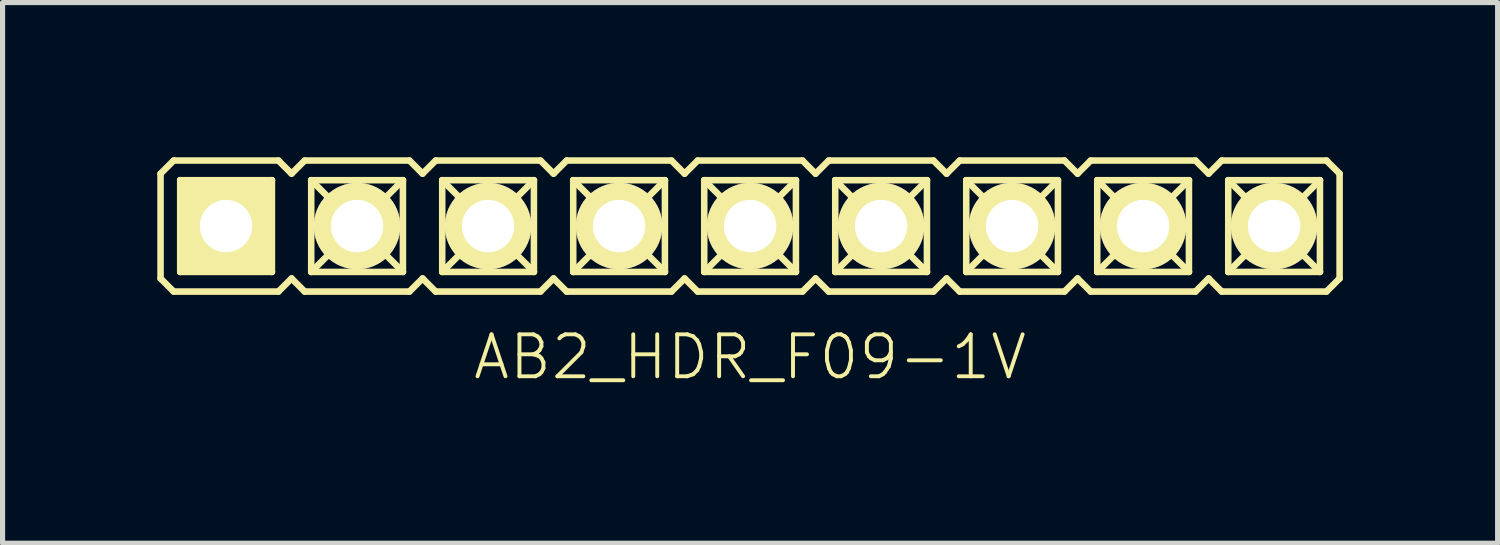
<source format=kicad_pcb>
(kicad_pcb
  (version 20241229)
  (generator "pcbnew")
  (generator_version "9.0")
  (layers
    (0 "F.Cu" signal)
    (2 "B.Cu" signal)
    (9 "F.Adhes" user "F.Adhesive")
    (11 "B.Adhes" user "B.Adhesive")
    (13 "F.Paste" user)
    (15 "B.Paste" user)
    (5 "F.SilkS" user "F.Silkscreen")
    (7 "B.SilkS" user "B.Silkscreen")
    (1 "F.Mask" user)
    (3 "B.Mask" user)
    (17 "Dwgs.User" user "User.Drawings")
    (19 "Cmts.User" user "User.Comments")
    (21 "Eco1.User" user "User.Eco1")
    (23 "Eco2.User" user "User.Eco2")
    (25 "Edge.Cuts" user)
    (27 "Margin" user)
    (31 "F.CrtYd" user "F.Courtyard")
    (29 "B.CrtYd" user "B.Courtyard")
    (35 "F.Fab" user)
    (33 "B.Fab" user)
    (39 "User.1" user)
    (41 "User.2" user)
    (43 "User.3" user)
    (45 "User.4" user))
  (footprint "AB2_HDR_F09-1V"
    (layer "F.Cu")
    (at 11.493 1.333)
    (property "Reference" "AB2_HDR_F09-1V" (at 0 2.54 0) (layer "F.SilkS") (effects (font (size 0.813 0.813) (thickness 0.076))))
    (attr through_hole)
    (fp_line (start -11.43 -1.016) (end -11.176 -1.27) (stroke (width 0.127) (type solid)) (layer "F.SilkS"))
    (fp_line (start -11.43 1.016) (end -11.43 -1.016) (stroke (width 0.127) (type solid)) (layer "F.SilkS"))
    (fp_line (start -11.176 -1.27) (end -9.144 -1.27) (stroke (width 0.127) (type solid)) (layer "F.SilkS"))
    (fp_line (start -11.176 1.27) (end -11.43 1.016) (stroke (width 0.127) (type solid)) (layer "F.SilkS"))
    (fp_line (start -11.049 -0.889) (end -9.271 -0.889) (stroke (width 0.127) (type solid)) (layer "F.SilkS"))
    (fp_line (start -11.049 0.889) (end -11.049 -0.889) (stroke (width 0.127) (type solid)) (layer "F.SilkS"))
    (fp_line (start -10.668 -0.508) (end -11.049 -0.889) (stroke (width 0.127) (type solid)) (layer "F.SilkS"))
    (fp_line (start -10.668 -0.508) (end -9.652 -0.508) (stroke (width 0.127) (type solid)) (layer "F.SilkS"))
    (fp_line (start -10.668 0.508) (end -11.049 0.889) (stroke (width 0.127) (type solid)) (layer "F.SilkS"))
    (fp_line (start -10.668 0.508) (end -10.668 -0.508) (stroke (width 0.127) (type solid)) (layer "F.SilkS"))
    (fp_line (start -9.652 -0.508) (end -9.652 0.508) (stroke (width 0.127) (type solid)) (layer "F.SilkS"))
    (fp_line (start -9.652 -0.508) (end -9.271 -0.889) (stroke (width 0.127) (type solid)) (layer "F.SilkS"))
    (fp_line (start -9.652 0.508) (end -10.668 0.508) (stroke (width 0.127) (type solid)) (layer "F.SilkS"))
    (fp_line (start -9.652 0.508) (end -9.271 0.889) (stroke (width 0.127) (type solid)) (layer "F.SilkS"))
    (fp_line (start -9.271 -0.889) (end -9.271 0.889) (stroke (width 0.127) (type solid)) (layer "F.SilkS"))
    (fp_line (start -9.271 0.889) (end -11.049 0.889) (stroke (width 0.127) (type solid)) (layer "F.SilkS"))
    (fp_line (start -9.144 -1.27) (end -8.89 -1.016) (stroke (width 0.127) (type solid)) (layer "F.SilkS"))
    (fp_line (start -9.144 1.27) (end -11.176 1.27) (stroke (width 0.127) (type solid)) (layer "F.SilkS"))
    (fp_line (start -8.89 -1.016) (end -8.636 -1.27) (stroke (width 0.127) (type solid)) (layer "F.SilkS"))
    (fp_line (start -8.89 1.016) (end -9.144 1.27) (stroke (width 0.127) (type solid)) (layer "F.SilkS"))
    (fp_line (start -8.636 -1.27) (end -6.604 -1.27) (stroke (width 0.127) (type solid)) (layer "F.SilkS"))
    (fp_line (start -8.636 1.27) (end -8.89 1.016) (stroke (width 0.127) (type solid)) (layer "F.SilkS"))
    (fp_line (start -8.509 -0.889) (end -6.731 -0.889) (stroke (width 0.127) (type solid)) (layer "F.SilkS"))
    (fp_line (start -8.509 0.889) (end -8.509 -0.889) (stroke (width 0.127) (type solid)) (layer "F.SilkS"))
    (fp_line (start -8.128 -0.508) (end -8.509 -0.889) (stroke (width 0.127) (type solid)) (layer "F.SilkS"))
    (fp_line (start -8.128 -0.508) (end -7.112 -0.508) (stroke (width 0.127) (type solid)) (layer "F.SilkS"))
    (fp_line (start -8.128 0.508) (end -8.509 0.889) (stroke (width 0.127) (type solid)) (layer "F.SilkS"))
    (fp_line (start -8.128 0.508) (end -8.128 -0.508) (stroke (width 0.127) (type solid)) (layer "F.SilkS"))
    (fp_line (start -7.112 -0.508) (end -7.112 0.508) (stroke (width 0.127) (type solid)) (layer "F.SilkS"))
    (fp_line (start -7.112 -0.508) (end -6.731 -0.889) (stroke (width 0.127) (type solid)) (layer "F.SilkS"))
    (fp_line (start -7.112 0.508) (end -8.128 0.508) (stroke (width 0.127) (type solid)) (layer "F.SilkS"))
    (fp_line (start -7.112 0.508) (end -6.731 0.889) (stroke (width 0.127) (type solid)) (layer "F.SilkS"))
    (fp_line (start -6.731 -0.889) (end -6.731 0.889) (stroke (width 0.127) (type solid)) (layer "F.SilkS"))
    (fp_line (start -6.731 0.889) (end -8.509 0.889) (stroke (width 0.127) (type solid)) (layer "F.SilkS"))
    (fp_line (start -6.604 -1.27) (end -6.35 -1.016) (stroke (width 0.127) (type solid)) (layer "F.SilkS"))
    (fp_line (start -6.604 1.27) (end -8.636 1.27) (stroke (width 0.127) (type solid)) (layer "F.SilkS"))
    (fp_line (start -6.35 -1.016) (end -6.096 -1.27) (stroke (width 0.127) (type solid)) (layer "F.SilkS"))
    (fp_line (start -6.35 1.016) (end -6.604 1.27) (stroke (width 0.127) (type solid)) (layer "F.SilkS"))
    (fp_line (start -6.096 -1.27) (end -4.064 -1.27) (stroke (width 0.127) (type solid)) (layer "F.SilkS"))
    (fp_line (start -6.096 1.27) (end -6.35 1.016) (stroke (width 0.127) (type solid)) (layer "F.SilkS"))
    (fp_line (start -5.969 -0.889) (end -4.191 -0.889) (stroke (width 0.127) (type solid)) (layer "F.SilkS"))
    (fp_line (start -5.969 0.889) (end -5.969 -0.889) (stroke (width 0.127) (type solid)) (layer "F.SilkS"))
    (fp_line (start -5.588 -0.508) (end -5.969 -0.889) (stroke (width 0.127) (type solid)) (layer "F.SilkS"))
    (fp_line (start -5.588 -0.508) (end -4.572 -0.508) (stroke (width 0.127) (type solid)) (layer "F.SilkS"))
    (fp_line (start -5.588 0.508) (end -5.969 0.889) (stroke (width 0.127) (type solid)) (layer "F.SilkS"))
    (fp_line (start -5.588 0.508) (end -5.588 -0.508) (stroke (width 0.127) (type solid)) (layer "F.SilkS"))
    (fp_line (start -4.572 -0.508) (end -4.572 0.508) (stroke (width 0.127) (type solid)) (layer "F.SilkS"))
    (fp_line (start -4.572 -0.508) (end -4.191 -0.889) (stroke (width 0.127) (type solid)) (layer "F.SilkS"))
    (fp_line (start -4.572 0.508) (end -5.588 0.508) (stroke (width 0.127) (type solid)) (layer "F.SilkS"))
    (fp_line (start -4.572 0.508) (end -4.191 0.889) (stroke (width 0.127) (type solid)) (layer "F.SilkS"))
    (fp_line (start -4.191 -0.889) (end -4.191 0.889) (stroke (width 0.127) (type solid)) (layer "F.SilkS"))
    (fp_line (start -4.191 0.889) (end -5.969 0.889) (stroke (width 0.127) (type solid)) (layer "F.SilkS"))
    (fp_line (start -4.064 -1.27) (end -3.81 -1.016) (stroke (width 0.127) (type solid)) (layer "F.SilkS"))
    (fp_line (start -4.064 1.27) (end -6.096 1.27) (stroke (width 0.127) (type solid)) (layer "F.SilkS"))
    (fp_line (start -3.81 -1.016) (end -3.556 -1.27) (stroke (width 0.127) (type solid)) (layer "F.SilkS"))
    (fp_line (start -3.81 1.016) (end -4.064 1.27) (stroke (width 0.127) (type solid)) (layer "F.SilkS"))
    (fp_line (start -3.556 -1.27) (end -1.524 -1.27) (stroke (width 0.127) (type solid)) (layer "F.SilkS"))
    (fp_line (start -3.556 1.27) (end -3.81 1.016) (stroke (width 0.127) (type solid)) (layer "F.SilkS"))
    (fp_line (start -3.429 -0.889) (end -1.651 -0.889) (stroke (width 0.127) (type solid)) (layer "F.SilkS"))
    (fp_line (start -3.429 0.889) (end -3.429 -0.889) (stroke (width 0.127) (type solid)) (layer "F.SilkS"))
    (fp_line (start -3.048 -0.508) (end -3.429 -0.889) (stroke (width 0.127) (type solid)) (layer "F.SilkS"))
    (fp_line (start -3.048 -0.508) (end -2.032 -0.508) (stroke (width 0.127) (type solid)) (layer "F.SilkS"))
    (fp_line (start -3.048 0.508) (end -3.429 0.889) (stroke (width 0.127) (type solid)) (layer "F.SilkS"))
    (fp_line (start -3.048 0.508) (end -3.048 -0.508) (stroke (width 0.127) (type solid)) (layer "F.SilkS"))
    (fp_line (start -2.032 -0.508) (end -2.032 0.508) (stroke (width 0.127) (type solid)) (layer "F.SilkS"))
    (fp_line (start -2.032 -0.508) (end -1.651 -0.889) (stroke (width 0.127) (type solid)) (layer "F.SilkS"))
    (fp_line (start -2.032 0.508) (end -3.048 0.508) (stroke (width 0.127) (type solid)) (layer "F.SilkS"))
    (fp_line (start -2.032 0.508) (end -1.651 0.889) (stroke (width 0.127) (type solid)) (layer "F.SilkS"))
    (fp_line (start -1.651 -0.889) (end -1.651 0.889) (stroke (width 0.127) (type solid)) (layer "F.SilkS"))
    (fp_line (start -1.651 0.889) (end -3.429 0.889) (stroke (width 0.127) (type solid)) (layer "F.SilkS"))
    (fp_line (start -1.524 -1.27) (end -1.27 -1.016) (stroke (width 0.127) (type solid)) (layer "F.SilkS"))
    (fp_line (start -1.524 1.27) (end -3.556 1.27) (stroke (width 0.127) (type solid)) (layer "F.SilkS"))
    (fp_line (start -1.27 -1.016) (end -1.016 -1.27) (stroke (width 0.127) (type solid)) (layer "F.SilkS"))
    (fp_line (start -1.27 1.016) (end -1.524 1.27) (stroke (width 0.127) (type solid)) (layer "F.SilkS"))
    (fp_line (start -1.016 -1.27) (end 1.016 -1.27) (stroke (width 0.127) (type solid)) (layer "F.SilkS"))
    (fp_line (start -1.016 1.27) (end -1.27 1.016) (stroke (width 0.127) (type solid)) (layer "F.SilkS"))
    (fp_line (start -0.889 -0.889) (end 0.889 -0.889) (stroke (width 0.127) (type solid)) (layer "F.SilkS"))
    (fp_line (start -0.889 0.889) (end -0.889 -0.889) (stroke (width 0.127) (type solid)) (layer "F.SilkS"))
    (fp_line (start -0.508 -0.508) (end -0.889 -0.889) (stroke (width 0.127) (type solid)) (layer "F.SilkS"))
    (fp_line (start -0.508 -0.508) (end 0.508 -0.508) (stroke (width 0.127) (type solid)) (layer "F.SilkS"))
    (fp_line (start -0.508 0.508) (end -0.889 0.889) (stroke (width 0.127) (type solid)) (layer "F.SilkS"))
    (fp_line (start -0.508 0.508) (end -0.508 -0.508) (stroke (width 0.127) (type solid)) (layer "F.SilkS"))
    (fp_line (start 0.508 -0.508) (end 0.508 0.508) (stroke (width 0.127) (type solid)) (layer "F.SilkS"))
    (fp_line (start 0.508 -0.508) (end 0.889 -0.889) (stroke (width 0.127) (type solid)) (layer "F.SilkS"))
    (fp_line (start 0.508 0.508) (end -0.508 0.508) (stroke (width 0.127) (type solid)) (layer "F.SilkS"))
    (fp_line (start 0.508 0.508) (end 0.889 0.889) (stroke (width 0.127) (type solid)) (layer "F.SilkS"))
    (fp_line (start 0.889 -0.889) (end 0.889 0.889) (stroke (width 0.127) (type solid)) (layer "F.SilkS"))
    (fp_line (start 0.889 0.889) (end -0.889 0.889) (stroke (width 0.127) (type solid)) (layer "F.SilkS"))
    (fp_line (start 1.016 -1.27) (end 1.27 -1.016) (stroke (width 0.127) (type solid)) (layer "F.SilkS"))
    (fp_line (start 1.016 1.27) (end -1.016 1.27) (stroke (width 0.127) (type solid)) (layer "F.SilkS"))
    (fp_line (start 1.27 -1.016) (end 1.524 -1.27) (stroke (width 0.127) (type solid)) (layer "F.SilkS"))
    (fp_line (start 1.27 1.016) (end 1.016 1.27) (stroke (width 0.127) (type solid)) (layer "F.SilkS"))
    (fp_line (start 1.524 -1.27) (end 3.556 -1.27) (stroke (width 0.127) (type solid)) (layer "F.SilkS"))
    (fp_line (start 1.524 1.27) (end 1.27 1.016) (stroke (width 0.127) (type solid)) (layer "F.SilkS"))
    (fp_line (start 1.651 -0.889) (end 3.429 -0.889) (stroke (width 0.127) (type solid)) (layer "F.SilkS"))
    (fp_line (start 1.651 0.889) (end 1.651 -0.889) (stroke (width 0.127) (type solid)) (layer "F.SilkS"))
    (fp_line (start 2.032 -0.508) (end 1.651 -0.889) (stroke (width 0.127) (type solid)) (layer "F.SilkS"))
    (fp_line (start 2.032 -0.508) (end 3.048 -0.508) (stroke (width 0.127) (type solid)) (layer "F.SilkS"))
    (fp_line (start 2.032 0.508) (end 1.651 0.889) (stroke (width 0.127) (type solid)) (layer "F.SilkS"))
    (fp_line (start 2.032 0.508) (end 2.032 -0.508) (stroke (width 0.127) (type solid)) (layer "F.SilkS"))
    (fp_line (start 3.048 -0.508) (end 3.048 0.508) (stroke (width 0.127) (type solid)) (layer "F.SilkS"))
    (fp_line (start 3.048 -0.508) (end 3.429 -0.889) (stroke (width 0.127) (type solid)) (layer "F.SilkS"))
    (fp_line (start 3.048 0.508) (end 2.032 0.508) (stroke (width 0.127) (type solid)) (layer "F.SilkS"))
    (fp_line (start 3.048 0.508) (end 3.429 0.889) (stroke (width 0.127) (type solid)) (layer "F.SilkS"))
    (fp_line (start 3.429 -0.889) (end 3.429 0.889) (stroke (width 0.127) (type solid)) (layer "F.SilkS"))
    (fp_line (start 3.429 0.889) (end 1.651 0.889) (stroke (width 0.127) (type solid)) (layer "F.SilkS"))
    (fp_line (start 3.556 -1.27) (end 3.81 -1.016) (stroke (width 0.127) (type solid)) (layer "F.SilkS"))
    (fp_line (start 3.556 1.27) (end 1.524 1.27) (stroke (width 0.127) (type solid)) (layer "F.SilkS"))
    (fp_line (start 3.81 -1.016) (end 4.064 -1.27) (stroke (width 0.127) (type solid)) (layer "F.SilkS"))
    (fp_line (start 3.81 1.016) (end 3.556 1.27) (stroke (width 0.127) (type solid)) (layer "F.SilkS"))
    (fp_line (start 4.064 -1.27) (end 6.096 -1.27) (stroke (width 0.127) (type solid)) (layer "F.SilkS"))
    (fp_line (start 4.064 1.27) (end 3.81 1.016) (stroke (width 0.127) (type solid)) (layer "F.SilkS"))
    (fp_line (start 4.191 -0.889) (end 5.969 -0.889) (stroke (width 0.127) (type solid)) (layer "F.SilkS"))
    (fp_line (start 4.191 0.889) (end 4.191 -0.889) (stroke (width 0.127) (type solid)) (layer "F.SilkS"))
    (fp_line (start 4.572 -0.508) (end 4.191 -0.889) (stroke (width 0.127) (type solid)) (layer "F.SilkS"))
    (fp_line (start 4.572 -0.508) (end 5.588 -0.508) (stroke (width 0.127) (type solid)) (layer "F.SilkS"))
    (fp_line (start 4.572 0.508) (end 4.191 0.889) (stroke (width 0.127) (type solid)) (layer "F.SilkS"))
    (fp_line (start 4.572 0.508) (end 4.572 -0.508) (stroke (width 0.127) (type solid)) (layer "F.SilkS"))
    (fp_line (start 5.588 -0.508) (end 5.588 0.508) (stroke (width 0.127) (type solid)) (layer "F.SilkS"))
    (fp_line (start 5.588 -0.508) (end 5.969 -0.889) (stroke (width 0.127) (type solid)) (layer "F.SilkS"))
    (fp_line (start 5.588 0.508) (end 4.572 0.508) (stroke (width 0.127) (type solid)) (layer "F.SilkS"))
    (fp_line (start 5.588 0.508) (end 5.969 0.889) (stroke (width 0.127) (type solid)) (layer "F.SilkS"))
    (fp_line (start 5.969 -0.889) (end 5.969 0.889) (stroke (width 0.127) (type solid)) (layer "F.SilkS"))
    (fp_line (start 5.969 0.889) (end 4.191 0.889) (stroke (width 0.127) (type solid)) (layer "F.SilkS"))
    (fp_line (start 6.096 -1.27) (end 6.35 -1.016) (stroke (width 0.127) (type solid)) (layer "F.SilkS"))
    (fp_line (start 6.096 1.27) (end 4.064 1.27) (stroke (width 0.127) (type solid)) (layer "F.SilkS"))
    (fp_line (start 6.35 -1.016) (end 6.604 -1.27) (stroke (width 0.127) (type solid)) (layer "F.SilkS"))
    (fp_line (start 6.35 1.016) (end 6.096 1.27) (stroke (width 0.127) (type solid)) (layer "F.SilkS"))
    (fp_line (start 6.604 -1.27) (end 8.636 -1.27) (stroke (width 0.127) (type solid)) (layer "F.SilkS"))
    (fp_line (start 6.604 1.27) (end 6.35 1.016) (stroke (width 0.127) (type solid)) (layer "F.SilkS"))
    (fp_line (start 6.731 -0.889) (end 8.509 -0.889) (stroke (width 0.127) (type solid)) (layer "F.SilkS"))
    (fp_line (start 6.731 0.889) (end 6.731 -0.889) (stroke (width 0.127) (type solid)) (layer "F.SilkS"))
    (fp_line (start 7.112 -0.508) (end 6.731 -0.889) (stroke (width 0.127) (type solid)) (layer "F.SilkS"))
    (fp_line (start 7.112 -0.508) (end 8.128 -0.508) (stroke (width 0.127) (type solid)) (layer "F.SilkS"))
    (fp_line (start 7.112 0.508) (end 6.731 0.889) (stroke (width 0.127) (type solid)) (layer "F.SilkS"))
    (fp_line (start 7.112 0.508) (end 7.112 -0.508) (stroke (width 0.127) (type solid)) (layer "F.SilkS"))
    (fp_line (start 8.128 -0.508) (end 8.128 0.508) (stroke (width 0.127) (type solid)) (layer "F.SilkS"))
    (fp_line (start 8.128 -0.508) (end 8.509 -0.889) (stroke (width 0.127) (type solid)) (layer "F.SilkS"))
    (fp_line (start 8.128 0.508) (end 7.112 0.508) (stroke (width 0.127) (type solid)) (layer "F.SilkS"))
    (fp_line (start 8.128 0.508) (end 8.509 0.889) (stroke (width 0.127) (type solid)) (layer "F.SilkS"))
    (fp_line (start 8.509 -0.889) (end 8.509 0.889) (stroke (width 0.127) (type solid)) (layer "F.SilkS"))
    (fp_line (start 8.509 0.889) (end 6.731 0.889) (stroke (width 0.127) (type solid)) (layer "F.SilkS"))
    (fp_line (start 8.636 -1.27) (end 8.89 -1.016) (stroke (width 0.127) (type solid)) (layer "F.SilkS"))
    (fp_line (start 8.636 1.27) (end 6.604 1.27) (stroke (width 0.127) (type solid)) (layer "F.SilkS"))
    (fp_line (start 8.89 -1.016) (end 9.144 -1.27) (stroke (width 0.127) (type solid)) (layer "F.SilkS"))
    (fp_line (start 8.89 1.016) (end 8.636 1.27) (stroke (width 0.127) (type solid)) (layer "F.SilkS"))
    (fp_line (start 9.144 -1.27) (end 11.176 -1.27) (stroke (width 0.127) (type solid)) (layer "F.SilkS"))
    (fp_line (start 9.144 1.27) (end 8.89 1.016) (stroke (width 0.127) (type solid)) (layer "F.SilkS"))
    (fp_line (start 9.271 -0.889) (end 11.049 -0.889) (stroke (width 0.127) (type solid)) (layer "F.SilkS"))
    (fp_line (start 9.271 0.889) (end 9.271 -0.889) (stroke (width 0.127) (type solid)) (layer "F.SilkS"))
    (fp_line (start 9.652 -0.508) (end 9.271 -0.889) (stroke (width 0.127) (type solid)) (layer "F.SilkS"))
    (fp_line (start 9.652 -0.508) (end 10.668 -0.508) (stroke (width 0.127) (type solid)) (layer "F.SilkS"))
    (fp_line (start 9.652 0.508) (end 9.271 0.889) (stroke (width 0.127) (type solid)) (layer "F.SilkS"))
    (fp_line (start 9.652 0.508) (end 9.652 -0.508) (stroke (width 0.127) (type solid)) (layer "F.SilkS"))
    (fp_line (start 10.668 -0.508) (end 10.668 0.508) (stroke (width 0.127) (type solid)) (layer "F.SilkS"))
    (fp_line (start 10.668 -0.508) (end 11.049 -0.889) (stroke (width 0.127) (type solid)) (layer "F.SilkS"))
    (fp_line (start 10.668 0.508) (end 9.652 0.508) (stroke (width 0.127) (type solid)) (layer "F.SilkS"))
    (fp_line (start 10.668 0.508) (end 11.049 0.889) (stroke (width 0.127) (type solid)) (layer "F.SilkS"))
    (fp_line (start 11.049 -0.889) (end 11.049 0.889) (stroke (width 0.127) (type solid)) (layer "F.SilkS"))
    (fp_line (start 11.049 0.889) (end 9.271 0.889) (stroke (width 0.127) (type solid)) (layer "F.SilkS"))
    (fp_line (start 11.176 -1.27) (end 11.43 -1.016) (stroke (width 0.127) (type solid)) (layer "F.SilkS"))
    (fp_line (start 11.176 1.27) (end 9.144 1.27) (stroke (width 0.127) (type solid)) (layer "F.SilkS"))
    (fp_line (start 11.43 -1.016) (end 11.43 1.016) (stroke (width 0.127) (type solid)) (layer "F.SilkS"))
    (fp_line (start 11.43 1.016) (end 11.176 1.27) (stroke (width 0.127) (type solid)) (layer "F.SilkS"))
    (pad "1" thru_hole rect (at -10.16 0) (size 1.676 1.676) (drill 1.016) (layers "*.Cu" "*.Mask" "F.SilkS"))
    (pad "2" thru_hole circle (at -7.62 0) (size 1.676 1.676) (drill 1.016) (layers "*.Cu" "*.Mask" "F.SilkS"))
    (pad "3" thru_hole circle (at -5.08 0) (size 1.676 1.676) (drill 1.016) (layers "*.Cu" "*.Mask" "F.SilkS"))
    (pad "4" thru_hole circle (at -2.54 0) (size 1.676 1.676) (drill 1.016) (layers "*.Cu" "*.Mask" "F.SilkS"))
    (pad "5" thru_hole circle (at 0 0) (size 1.676 1.676) (drill 1.016) (layers "*.Cu" "*.Mask" "F.SilkS"))
    (pad "6" thru_hole circle (at 2.54 0) (size 1.676 1.676) (drill 1.016) (layers "*.Cu" "*.Mask" "F.SilkS"))
    (pad "7" thru_hole circle (at 5.08 0) (size 1.676 1.676) (drill 1.016) (layers "*.Cu" "*.Mask" "F.SilkS"))
    (pad "8" thru_hole circle (at 7.62 0) (size 1.676 1.676) (drill 1.016) (layers "*.Cu" "*.Mask" "F.SilkS"))
    (pad "9" thru_hole circle (at 10.16 0) (size 1.676 1.676) (drill 1.016) (layers "*.Cu" "*.Mask" "F.SilkS")))
  (gr_rect
    (start -3 -3)
    (end 25.987 7.483)
    (stroke (width 0.1) (type default))
    (fill no)
    (layer "Edge.Cuts")))
</source>
